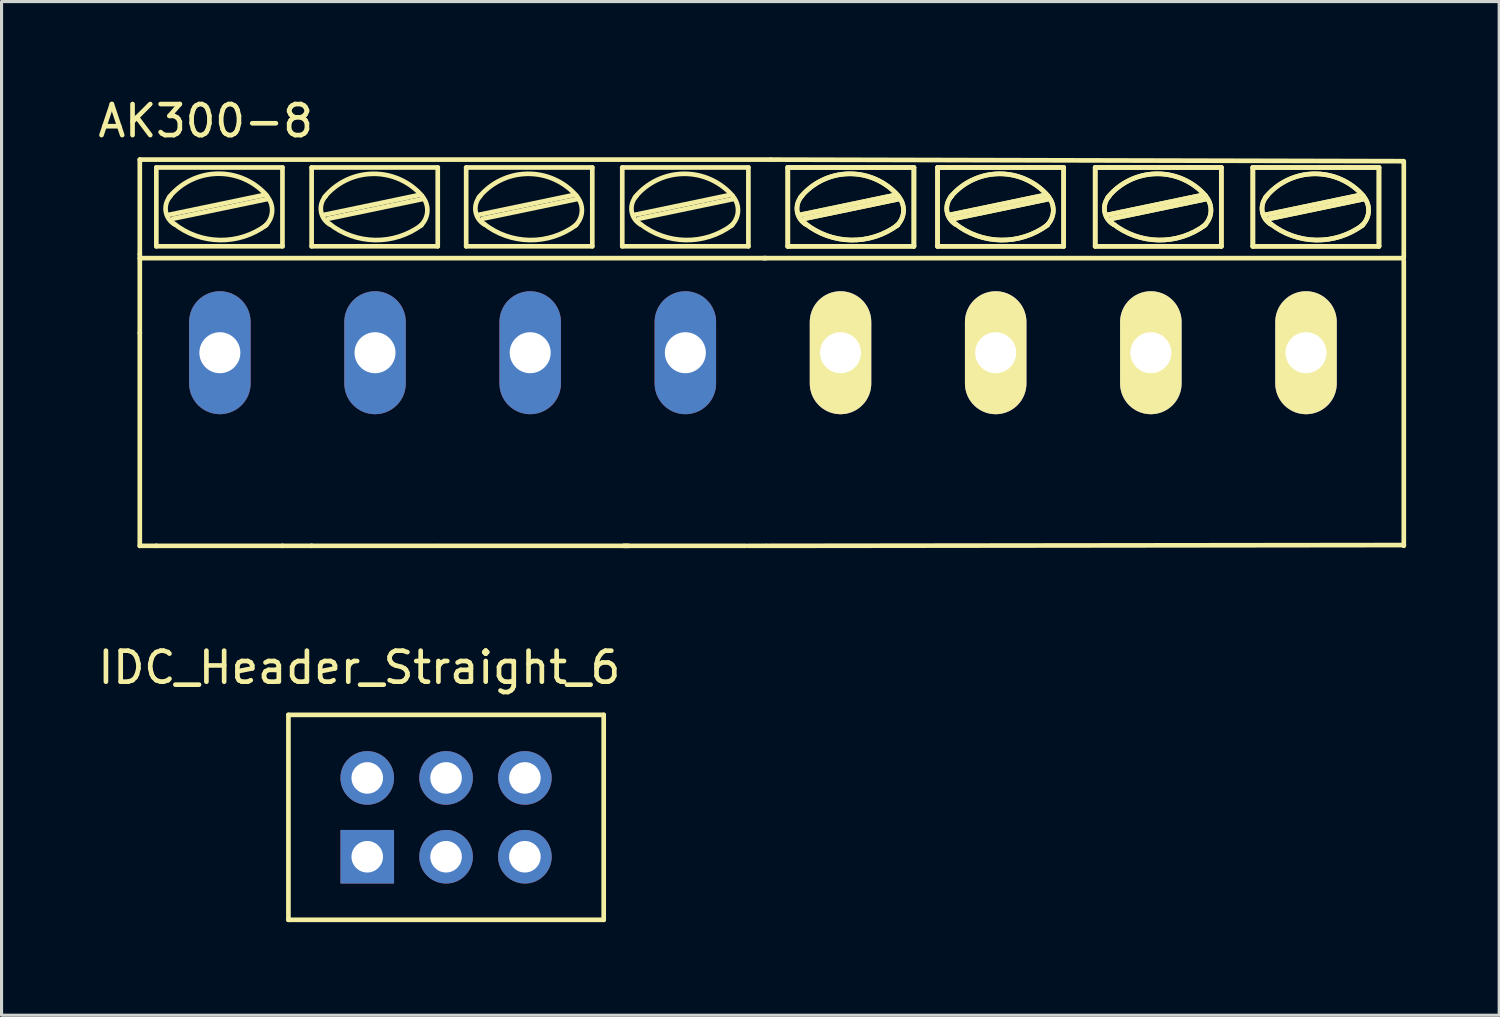
<source format=kicad_pcb>
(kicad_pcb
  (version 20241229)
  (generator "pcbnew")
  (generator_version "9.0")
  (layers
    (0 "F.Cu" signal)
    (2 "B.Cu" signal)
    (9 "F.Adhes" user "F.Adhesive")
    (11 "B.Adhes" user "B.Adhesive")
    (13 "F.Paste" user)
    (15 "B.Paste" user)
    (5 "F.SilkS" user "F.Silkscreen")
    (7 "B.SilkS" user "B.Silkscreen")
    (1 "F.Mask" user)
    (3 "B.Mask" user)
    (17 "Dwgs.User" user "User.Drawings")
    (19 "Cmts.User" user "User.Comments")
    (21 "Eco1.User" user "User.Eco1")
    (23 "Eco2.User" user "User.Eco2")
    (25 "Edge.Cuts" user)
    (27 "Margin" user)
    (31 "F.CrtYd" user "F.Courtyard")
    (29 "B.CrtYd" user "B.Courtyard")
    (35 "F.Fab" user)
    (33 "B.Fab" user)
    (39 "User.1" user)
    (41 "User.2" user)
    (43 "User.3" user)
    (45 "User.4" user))
  (footprint "AK300-8"
    (layer "F.Cu")
    (at 4.035 8.316)
    (property "Reference" "AK300-8" (at -0.457 -7.468 0) (layer "F.SilkS") (effects (font (size 1 1) (thickness 0.15))))
    (attr exclude_from_pos_files exclude_from_bom)
    (fp_line (start -2.58 -3.175) (end -2.58 -6.223) (stroke (width 0.15) (type solid)) (layer "F.SilkS"))
    (fp_line (start -2.58 -0.635) (end -2.58 -3.175) (stroke (width 0.15) (type solid)) (layer "F.SilkS"))
    (fp_line (start -2.58 6.223) (end -2.58 -0.635) (stroke (width 0.15) (type solid)) (layer "F.SilkS"))
    (fp_line (start -2.58 6.223) (end -2.047 6.223) (stroke (width 0.15) (type solid)) (layer "F.SilkS"))
    (fp_line (start -2.047 -3.429) (end -2.047 -5.969) (stroke (width 0.15) (type solid)) (layer "F.SilkS"))
    (fp_line (start -2.047 6.223) (end 2.017 6.223) (stroke (width 0.15) (type solid)) (layer "F.SilkS"))
    (fp_line (start -1.64 -4.445) (end 1.41 -5.08) (stroke (width 0.15) (type solid)) (layer "F.SilkS"))
    (fp_line (start -1.513 -4.318) (end 1.535 -4.953) (stroke (width 0.15) (type solid)) (layer "F.SilkS"))
    (fp_line (start 2.017 -5.969) (end -2.047 -5.969) (stroke (width 0.15) (type solid)) (layer "F.SilkS"))
    (fp_line (start 2.017 -3.429) (end -2.047 -3.429) (stroke (width 0.15) (type solid)) (layer "F.SilkS"))
    (fp_line (start 2.017 -3.429) (end 2.017 -5.969) (stroke (width 0.15) (type solid)) (layer "F.SilkS"))
    (fp_line (start 2.017 6.223) (end 2.957 6.223) (stroke (width 0.15) (type solid)) (layer "F.SilkS"))
    (fp_line (start 2.957 -5.969) (end 7.021 -5.969) (stroke (width 0.15) (type solid)) (layer "F.SilkS"))
    (fp_line (start 2.957 -3.429) (end 2.957 -5.969) (stroke (width 0.15) (type solid)) (layer "F.SilkS"))
    (fp_line (start 2.957 6.223) (end 7.021 6.223) (stroke (width 0.15) (type solid)) (layer "F.SilkS"))
    (fp_line (start 3.364 -4.445) (end 6.412 -5.08) (stroke (width 0.15) (type solid)) (layer "F.SilkS"))
    (fp_line (start 3.491 -4.318) (end 6.539 -4.953) (stroke (width 0.15) (type solid)) (layer "F.SilkS"))
    (fp_line (start 7.021 -5.969) (end 7.021 -3.429) (stroke (width 0.15) (type solid)) (layer "F.SilkS"))
    (fp_line (start 7.021 -3.429) (end 2.957 -3.429) (stroke (width 0.15) (type solid)) (layer "F.SilkS"))
    (fp_line (start 7.937 -5.969) (end 12.001 -5.969) (stroke (width 0.15) (type solid)) (layer "F.SilkS"))
    (fp_line (start 7.937 -3.429) (end 7.937 -5.969) (stroke (width 0.15) (type solid)) (layer "F.SilkS"))
    (fp_line (start 8.344 -4.445) (end 11.392 -5.08) (stroke (width 0.15) (type solid)) (layer "F.SilkS"))
    (fp_line (start 8.471 -4.318) (end 11.519 -4.953) (stroke (width 0.15) (type solid)) (layer "F.SilkS"))
    (fp_line (start 12.001 -5.969) (end 12.001 -3.429) (stroke (width 0.15) (type solid)) (layer "F.SilkS"))
    (fp_line (start 12.001 -3.429) (end 7.937 -3.429) (stroke (width 0.15) (type solid)) (layer "F.SilkS"))
    (fp_line (start 12.967 -5.969) (end 17.031 -5.969) (stroke (width 0.15) (type solid)) (layer "F.SilkS"))
    (fp_line (start 12.967 -3.429) (end 12.967 -5.969) (stroke (width 0.15) (type solid)) (layer "F.SilkS"))
    (fp_line (start 13.168 6.223) (end 7.072 6.223) (stroke (width 0.15) (type solid)) (layer "F.SilkS"))
    (fp_line (start 13.374 -4.445) (end 16.422 -5.08) (stroke (width 0.15) (type solid)) (layer "F.SilkS"))
    (fp_line (start 13.501 -4.318) (end 16.549 -4.953) (stroke (width 0.15) (type solid)) (layer "F.SilkS"))
    (fp_line (start 16.955 6.223) (end 13.018 6.223) (stroke (width 0.15) (type solid)) (layer "F.SilkS"))
    (fp_line (start 17.031 -5.969) (end 17.031 -3.429) (stroke (width 0.15) (type solid)) (layer "F.SilkS"))
    (fp_line (start 17.031 -3.429) (end 12.967 -3.429) (stroke (width 0.15) (type solid)) (layer "F.SilkS"))
    (fp_line (start 17.031 6.223) (end 17.59 6.223) (stroke (width 0.15) (type solid)) (layer "F.SilkS"))
    (fp_line (start 17.526 -3.048) (end 38.1 -3.048) (stroke (width 0.15) (type solid)) (layer "F.SilkS"))
    (fp_line (start 17.59 -3.048) (end -2.58 -3.048) (stroke (width 0.15) (type solid)) (layer "F.SilkS"))
    (fp_line (start 17.628 6.223) (end 38.151 6.198) (stroke (width 0.15) (type solid)) (layer "F.SilkS"))
    (fp_line (start 17.74 -6.223) (end -2.58 -6.223) (stroke (width 0.15) (type solid)) (layer "F.SilkS"))
    (fp_line (start 17.755 -6.223) (end 38.125 -6.172) (stroke (width 0.15) (type solid)) (layer "F.SilkS"))
    (fp_line (start 18.301 -5.969) (end 22.365 -5.969) (stroke (width 0.15) (type solid)) (layer "F.SilkS"))
    (fp_line (start 18.301 -5.969) (end 22.365 -5.969) (stroke (width 0.15) (type solid)) (layer "F.SilkS"))
    (fp_line (start 18.301 -3.429) (end 18.301 -5.969) (stroke (width 0.15) (type solid)) (layer "F.SilkS"))
    (fp_line (start 18.301 -3.429) (end 18.301 -5.969) (stroke (width 0.15) (type solid)) (layer "F.SilkS"))
    (fp_line (start 18.708 -4.445) (end 21.756 -5.08) (stroke (width 0.15) (type solid)) (layer "F.SilkS"))
    (fp_line (start 18.708 -4.445) (end 21.756 -5.08) (stroke (width 0.15) (type solid)) (layer "F.SilkS"))
    (fp_line (start 18.835 -4.318) (end 21.883 -4.953) (stroke (width 0.15) (type solid)) (layer "F.SilkS"))
    (fp_line (start 18.835 -4.318) (end 21.883 -4.953) (stroke (width 0.15) (type solid)) (layer "F.SilkS"))
    (fp_line (start 22.365 -5.969) (end 22.365 -3.429) (stroke (width 0.15) (type solid)) (layer "F.SilkS"))
    (fp_line (start 22.365 -5.969) (end 22.365 -3.429) (stroke (width 0.15) (type solid)) (layer "F.SilkS"))
    (fp_line (start 22.365 -3.429) (end 18.301 -3.429) (stroke (width 0.15) (type solid)) (layer "F.SilkS"))
    (fp_line (start 22.365 -3.429) (end 18.301 -3.429) (stroke (width 0.15) (type solid)) (layer "F.SilkS"))
    (fp_line (start 23.127 -5.969) (end 27.191 -5.969) (stroke (width 0.15) (type solid)) (layer "F.SilkS"))
    (fp_line (start 23.127 -5.969) (end 27.191 -5.969) (stroke (width 0.15) (type solid)) (layer "F.SilkS"))
    (fp_line (start 23.127 -3.429) (end 23.127 -5.969) (stroke (width 0.15) (type solid)) (layer "F.SilkS"))
    (fp_line (start 23.127 -3.429) (end 23.127 -5.969) (stroke (width 0.15) (type solid)) (layer "F.SilkS"))
    (fp_line (start 23.534 -4.445) (end 26.582 -5.08) (stroke (width 0.15) (type solid)) (layer "F.SilkS"))
    (fp_line (start 23.534 -4.445) (end 26.582 -5.08) (stroke (width 0.15) (type solid)) (layer "F.SilkS"))
    (fp_line (start 23.661 -4.318) (end 26.709 -4.953) (stroke (width 0.15) (type solid)) (layer "F.SilkS"))
    (fp_line (start 23.661 -4.318) (end 26.709 -4.953) (stroke (width 0.15) (type solid)) (layer "F.SilkS"))
    (fp_line (start 27.191 -5.969) (end 27.191 -3.429) (stroke (width 0.15) (type solid)) (layer "F.SilkS"))
    (fp_line (start 27.191 -5.969) (end 27.191 -3.429) (stroke (width 0.15) (type solid)) (layer "F.SilkS"))
    (fp_line (start 27.191 -3.429) (end 23.127 -3.429) (stroke (width 0.15) (type solid)) (layer "F.SilkS"))
    (fp_line (start 27.191 -3.429) (end 23.127 -3.429) (stroke (width 0.15) (type solid)) (layer "F.SilkS"))
    (fp_line (start 28.207 -5.969) (end 32.271 -5.969) (stroke (width 0.15) (type solid)) (layer "F.SilkS"))
    (fp_line (start 28.207 -5.969) (end 32.271 -5.969) (stroke (width 0.15) (type solid)) (layer "F.SilkS"))
    (fp_line (start 28.207 -3.429) (end 28.207 -5.969) (stroke (width 0.15) (type solid)) (layer "F.SilkS"))
    (fp_line (start 28.207 -3.429) (end 28.207 -5.969) (stroke (width 0.15) (type solid)) (layer "F.SilkS"))
    (fp_line (start 28.614 -4.445) (end 31.662 -5.08) (stroke (width 0.15) (type solid)) (layer "F.SilkS"))
    (fp_line (start 28.614 -4.445) (end 31.662 -5.08) (stroke (width 0.15) (type solid)) (layer "F.SilkS"))
    (fp_line (start 28.741 -4.318) (end 31.789 -4.953) (stroke (width 0.15) (type solid)) (layer "F.SilkS"))
    (fp_line (start 28.741 -4.318) (end 31.789 -4.953) (stroke (width 0.15) (type solid)) (layer "F.SilkS"))
    (fp_line (start 32.271 -5.969) (end 32.271 -3.429) (stroke (width 0.15) (type solid)) (layer "F.SilkS"))
    (fp_line (start 32.271 -5.969) (end 32.271 -3.429) (stroke (width 0.15) (type solid)) (layer "F.SilkS"))
    (fp_line (start 32.271 -3.429) (end 28.207 -3.429) (stroke (width 0.15) (type solid)) (layer "F.SilkS"))
    (fp_line (start 32.271 -3.429) (end 28.207 -3.429) (stroke (width 0.15) (type solid)) (layer "F.SilkS"))
    (fp_line (start 33.287 -5.969) (end 37.351 -5.969) (stroke (width 0.15) (type solid)) (layer "F.SilkS"))
    (fp_line (start 33.287 -5.969) (end 37.351 -5.969) (stroke (width 0.15) (type solid)) (layer "F.SilkS"))
    (fp_line (start 33.287 -3.429) (end 33.287 -5.969) (stroke (width 0.15) (type solid)) (layer "F.SilkS"))
    (fp_line (start 33.287 -3.429) (end 33.287 -5.969) (stroke (width 0.15) (type solid)) (layer "F.SilkS"))
    (fp_line (start 33.694 -4.445) (end 36.742 -5.08) (stroke (width 0.15) (type solid)) (layer "F.SilkS"))
    (fp_line (start 33.694 -4.445) (end 36.742 -5.08) (stroke (width 0.15) (type solid)) (layer "F.SilkS"))
    (fp_line (start 33.821 -4.318) (end 36.869 -4.953) (stroke (width 0.15) (type solid)) (layer "F.SilkS"))
    (fp_line (start 33.821 -4.318) (end 36.869 -4.953) (stroke (width 0.15) (type solid)) (layer "F.SilkS"))
    (fp_line (start 37.351 -5.969) (end 37.351 -3.429) (stroke (width 0.15) (type solid)) (layer "F.SilkS"))
    (fp_line (start 37.351 -5.969) (end 37.351 -3.429) (stroke (width 0.15) (type solid)) (layer "F.SilkS"))
    (fp_line (start 37.351 -3.429) (end 33.287 -3.429) (stroke (width 0.15) (type solid)) (layer "F.SilkS"))
    (fp_line (start 37.351 -3.429) (end 33.287 -3.429) (stroke (width 0.15) (type solid)) (layer "F.SilkS"))
    (fp_line (start 38.151 -6.172) (end 38.151 -3.048) (stroke (width 0.15) (type solid)) (layer "F.SilkS"))
    (fp_line (start 38.151 6.223) (end 38.151 -2.972) (stroke (width 0.15) (type solid)) (layer "F.SilkS"))
    (fp_arc (start -1.6402 -5.0038) (mid -0.075347 -5.768837) (end 1.516573 -5.061847) (stroke (width 0.15) (type solid)) (layer "F.SilkS"))
    (fp_arc (start -1.44462 -4.1275) (mid -1.742784 -4.553845) (end -1.58952 -5.051019) (stroke (width 0.15) (type solid)) (layer "F.SilkS"))
    (fp_arc (start 1.50178 -4.11734) (mid -0.000269 -3.630479) (end -1.485988 -4.165104) (stroke (width 0.15) (type solid)) (layer "F.SilkS"))
    (fp_arc (start 1.5094 -5.05206) (mid 1.683736 -4.555962) (end 1.45415 -4.08289) (stroke (width 0.15) (type solid)) (layer "F.SilkS"))
    (fp_arc (start 3.3636 -5.0038) (mid 4.926638 -5.764946) (end 6.514411 -5.056844) (stroke (width 0.15) (type solid)) (layer "F.SilkS"))
    (fp_arc (start 3.55664 -4.1275) (mid 3.259456 -4.555849) (end 3.414903 -5.053481) (stroke (width 0.15) (type solid)) (layer "F.SilkS"))
    (fp_arc (start 6.50304 -4.11734) (mid 5.000991 -3.630479) (end 3.515272 -4.165104) (stroke (width 0.15) (type solid)) (layer "F.SilkS"))
    (fp_arc (start 6.51066 -5.05206) (mid 6.685748 -4.557765) (end 6.457972 -4.085429) (stroke (width 0.15) (type solid)) (layer "F.SilkS"))
    (fp_arc (start 8.3436 -5.0038) (mid 9.906638 -5.764946) (end 11.494411 -5.056844) (stroke (width 0.15) (type solid)) (layer "F.SilkS"))
    (fp_arc (start 8.53664 -4.1275) (mid 8.239456 -4.555849) (end 8.394903 -5.053481) (stroke (width 0.15) (type solid)) (layer "F.SilkS"))
    (fp_arc (start 11.48304 -4.11734) (mid 9.980991 -3.630479) (end 8.495272 -4.165104) (stroke (width 0.15) (type solid)) (layer "F.SilkS"))
    (fp_arc (start 11.49066 -5.05206) (mid 11.665748 -4.557765) (end 11.437972 -4.085429) (stroke (width 0.15) (type solid)) (layer "F.SilkS"))
    (fp_arc (start 13.3736 -5.0038) (mid 14.936638 -5.764946) (end 16.524411 -5.056844) (stroke (width 0.15) (type solid)) (layer "F.SilkS"))
    (fp_arc (start 13.56664 -4.1275) (mid 13.269456 -4.555849) (end 13.424903 -5.053481) (stroke (width 0.15) (type solid)) (layer "F.SilkS"))
    (fp_arc (start 16.51304 -4.11734) (mid 15.010991 -3.630479) (end 13.525272 -4.165104) (stroke (width 0.15) (type solid)) (layer "F.SilkS"))
    (fp_arc (start 16.52066 -5.05206) (mid 16.695748 -4.557765) (end 16.467972 -4.085429) (stroke (width 0.15) (type solid)) (layer "F.SilkS"))
    (fp_arc (start 18.7076 -5.0038) (mid 20.270638 -5.764946) (end 21.858411 -5.056844) (stroke (width 0.15) (type solid)) (layer "F.SilkS"))
    (fp_arc (start 18.7076 -5.0038) (mid 20.270638 -5.764946) (end 21.858411 -5.056844) (stroke (width 0.15) (type solid)) (layer "F.SilkS"))
    (fp_arc (start 18.90064 -4.1275) (mid 18.603456 -4.555849) (end 18.758903 -5.053481) (stroke (width 0.15) (type solid)) (layer "F.SilkS"))
    (fp_arc (start 18.90064 -4.1275) (mid 18.603456 -4.555849) (end 18.758903 -5.053481) (stroke (width 0.15) (type solid)) (layer "F.SilkS"))
    (fp_arc (start 21.84704 -4.11734) (mid 20.344991 -3.630479) (end 18.859272 -4.165104) (stroke (width 0.15) (type solid)) (layer "F.SilkS"))
    (fp_arc (start 21.84704 -4.11734) (mid 20.344991 -3.630479) (end 18.859272 -4.165104) (stroke (width 0.15) (type solid)) (layer "F.SilkS"))
    (fp_arc (start 21.85466 -5.05206) (mid 22.029748 -4.557765) (end 21.801972 -4.085429) (stroke (width 0.15) (type solid)) (layer "F.SilkS"))
    (fp_arc (start 21.85466 -5.05206) (mid 22.029748 -4.557765) (end 21.801972 -4.085429) (stroke (width 0.15) (type solid)) (layer "F.SilkS"))
    (fp_arc (start 23.5336 -5.0038) (mid 25.096638 -5.764946) (end 26.684411 -5.056844) (stroke (width 0.15) (type solid)) (layer "F.SilkS"))
    (fp_arc (start 23.5336 -5.0038) (mid 25.096638 -5.764946) (end 26.684411 -5.056844) (stroke (width 0.15) (type solid)) (layer "F.SilkS"))
    (fp_arc (start 23.72664 -4.1275) (mid 23.429456 -4.555849) (end 23.584903 -5.053481) (stroke (width 0.15) (type solid)) (layer "F.SilkS"))
    (fp_arc (start 23.72664 -4.1275) (mid 23.429456 -4.555849) (end 23.584903 -5.053481) (stroke (width 0.15) (type solid)) (layer "F.SilkS"))
    (fp_arc (start 26.67304 -4.11734) (mid 25.170991 -3.630479) (end 23.685272 -4.165104) (stroke (width 0.15) (type solid)) (layer "F.SilkS"))
    (fp_arc (start 26.67304 -4.11734) (mid 25.170991 -3.630479) (end 23.685272 -4.165104) (stroke (width 0.15) (type solid)) (layer "F.SilkS"))
    (fp_arc (start 26.68066 -5.05206) (mid 26.855748 -4.557765) (end 26.627972 -4.085429) (stroke (width 0.15) (type solid)) (layer "F.SilkS"))
    (fp_arc (start 26.68066 -5.05206) (mid 26.855748 -4.557765) (end 26.627972 -4.085429) (stroke (width 0.15) (type solid)) (layer "F.SilkS"))
    (fp_arc (start 28.6136 -5.0038) (mid 30.176638 -5.764946) (end 31.764411 -5.056844) (stroke (width 0.15) (type solid)) (layer "F.SilkS"))
    (fp_arc (start 28.6136 -5.0038) (mid 30.176638 -5.764946) (end 31.764411 -5.056844) (stroke (width 0.15) (type solid)) (layer "F.SilkS"))
    (fp_arc (start 28.80664 -4.1275) (mid 28.509456 -4.555849) (end 28.664903 -5.053481) (stroke (width 0.15) (type solid)) (layer "F.SilkS"))
    (fp_arc (start 28.80664 -4.1275) (mid 28.509456 -4.555849) (end 28.664903 -5.053481) (stroke (width 0.15) (type solid)) (layer "F.SilkS"))
    (fp_arc (start 31.75304 -4.11734) (mid 30.250991 -3.630479) (end 28.765272 -4.165104) (stroke (width 0.15) (type solid)) (layer "F.SilkS"))
    (fp_arc (start 31.75304 -4.11734) (mid 30.250991 -3.630479) (end 28.765272 -4.165104) (stroke (width 0.15) (type solid)) (layer "F.SilkS"))
    (fp_arc (start 31.76066 -5.05206) (mid 31.935748 -4.557765) (end 31.707972 -4.085429) (stroke (width 0.15) (type solid)) (layer "F.SilkS"))
    (fp_arc (start 31.76066 -5.05206) (mid 31.935748 -4.557765) (end 31.707972 -4.085429) (stroke (width 0.15) (type solid)) (layer "F.SilkS"))
    (fp_arc (start 33.6936 -5.0038) (mid 35.256638 -5.764946) (end 36.844411 -5.056844) (stroke (width 0.15) (type solid)) (layer "F.SilkS"))
    (fp_arc (start 33.6936 -5.0038) (mid 35.256638 -5.764946) (end 36.844411 -5.056844) (stroke (width 0.15) (type solid)) (layer "F.SilkS"))
    (fp_arc (start 33.88664 -4.1275) (mid 33.589456 -4.555849) (end 33.744903 -5.053481) (stroke (width 0.15) (type solid)) (layer "F.SilkS"))
    (fp_arc (start 33.88664 -4.1275) (mid 33.589456 -4.555849) (end 33.744903 -5.053481) (stroke (width 0.15) (type solid)) (layer "F.SilkS"))
    (fp_arc (start 36.83304 -4.11734) (mid 35.330991 -3.630479) (end 33.845272 -4.165104) (stroke (width 0.15) (type solid)) (layer "F.SilkS"))
    (fp_arc (start 36.83304 -4.11734) (mid 35.330991 -3.630479) (end 33.845272 -4.165104) (stroke (width 0.15) (type solid)) (layer "F.SilkS"))
    (fp_arc (start 36.84066 -5.05206) (mid 37.015748 -4.557765) (end 36.787972 -4.085429) (stroke (width 0.15) (type solid)) (layer "F.SilkS"))
    (fp_arc (start 36.84066 -5.05206) (mid 37.015748 -4.557765) (end 36.787972 -4.085429) (stroke (width 0.15) (type solid)) (layer "F.SilkS"))
    (pad "1" thru_hole oval (at 0 0) (size 1.981 3.962) (drill 1.321) (layers "*.Cu" "F.Mask" "F.Paste"))
    (pad "2" thru_hole oval (at 5 0) (size 1.981 3.962) (drill 1.321) (layers "*.Cu" "F.Mask" "F.Paste"))
    (pad "3" thru_hole oval (at 10 0) (size 1.981 3.962) (drill 1.321) (layers "*.Cu" "*.Mask"))
    (pad "4" thru_hole oval (at 15 0) (size 1.981 3.962) (drill 1.321) (layers "*.Cu" "F.Mask" "F.Paste"))
    (pad "5" thru_hole oval (at 20 0) (size 1.981 3.962) (drill 1.321) (layers "*.Cu" "*.Mask" "F.SilkS"))
    (pad "6" thru_hole oval (at 25 0) (size 1.981 3.962) (drill 1.321) (layers "*.Cu" "*.Mask" "F.SilkS"))
    (pad "7" thru_hole oval (at 30 0) (size 1.981 3.962) (drill 1.321) (layers "*.Cu" "*.Mask" "F.SilkS"))
    (pad "8" thru_hole oval (at 35 0) (size 1.981 3.962) (drill 1.321) (layers "*.Cu" "*.Mask" "F.SilkS")))
  (footprint "IDC_Header_Straight_6"
    (layer "F.Cu")
    (at 8.784 24.558)
    (property "Reference" "IDC_Header_Straight_6" (at -0.254 -6.096 0) (layer "F.SilkS") (effects (font (size 1 1) (thickness 0.15))))
    (attr through_hole)
    (fp_line (start -2.54 -4.572) (end -2.54 2.032) (stroke (width 0.15) (type solid)) (layer "F.SilkS"))
    (fp_line (start -2.54 -4.572) (end 7.62 -4.572) (stroke (width 0.15) (type solid)) (layer "F.SilkS"))
    (fp_line (start -2.54 2.032) (end 7.62 2.032) (stroke (width 0.15) (type solid)) (layer "F.SilkS"))
    (fp_line (start 7.62 -4.572) (end 7.62 2.032) (stroke (width 0.15) (type solid)) (layer "F.SilkS"))
    (pad "1" thru_hole rect (at 0 0) (size 1.727 1.727) (drill 1.016) (layers "*.Cu" "*.Mask"))
    (pad "2" thru_hole oval (at 0 -2.54) (size 1.727 1.727) (drill 1.016) (layers "*.Cu" "*.Mask"))
    (pad "3" thru_hole oval (at 2.54 0) (size 1.727 1.727) (drill 1.016) (layers "*.Cu" "*.Mask"))
    (pad "4" thru_hole oval (at 2.54 -2.54) (size 1.727 1.727) (drill 1.016) (layers "*.Cu" "*.Mask"))
    (pad "5" thru_hole oval (at 5.08 0) (size 1.727 1.727) (drill 1.016) (layers "*.Cu" "*.Mask"))
    (pad "6" thru_hole oval (at 5.08 -2.54) (size 1.727 1.727) (drill 1.016) (layers "*.Cu" "*.Mask")))
  (gr_rect
    (start -3 -3)
    (end 45.26 29.665)
    (stroke (width 0.1) (type default))
    (fill no)
    (layer "Edge.Cuts")))
</source>
